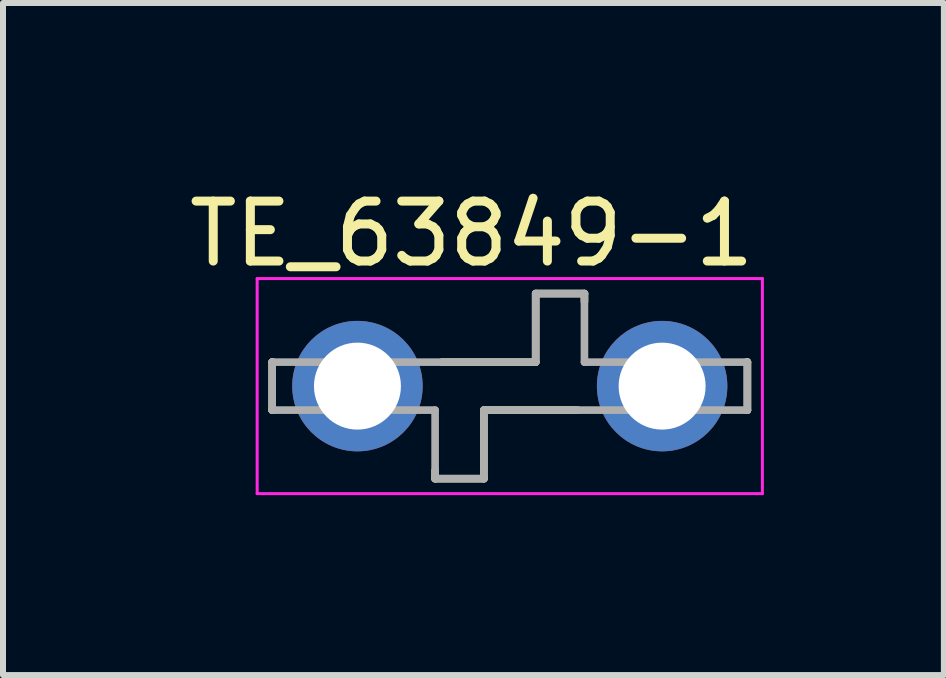
<source format=kicad_pcb>
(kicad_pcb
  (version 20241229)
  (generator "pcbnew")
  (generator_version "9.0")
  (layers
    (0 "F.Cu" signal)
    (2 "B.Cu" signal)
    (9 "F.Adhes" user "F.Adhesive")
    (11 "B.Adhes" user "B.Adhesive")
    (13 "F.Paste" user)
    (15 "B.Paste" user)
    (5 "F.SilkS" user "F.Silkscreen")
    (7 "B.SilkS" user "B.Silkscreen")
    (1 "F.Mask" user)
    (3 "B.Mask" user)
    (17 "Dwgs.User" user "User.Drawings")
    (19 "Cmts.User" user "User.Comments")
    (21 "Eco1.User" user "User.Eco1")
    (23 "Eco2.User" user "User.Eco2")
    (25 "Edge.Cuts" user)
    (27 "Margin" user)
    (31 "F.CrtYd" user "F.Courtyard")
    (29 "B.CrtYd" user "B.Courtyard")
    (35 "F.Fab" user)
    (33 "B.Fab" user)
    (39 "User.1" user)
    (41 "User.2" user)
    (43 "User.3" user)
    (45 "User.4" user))
  (footprint "TE_63849-1"
    (layer "F.Cu")
    (at 5.45 3.388)
    (property "Reference" "TE_63849-1" (at -0.635 -2.54 0) (layer "F.SilkS") (effects (font (size 1 1) (thickness 0.15))))
    (attr through_hole)
    (fp_line (start -3.962 -0.4) (end -3.962 0.4) (stroke (width 0.127) (type solid)) (layer "F.SilkS"))
    (fp_line (start -3.962 0.4) (end -3.947 0.4) (stroke (width 0.127) (type solid)) (layer "F.SilkS"))
    (fp_line (start -3.947 -0.4) (end -3.962 -0.4) (stroke (width 0.127) (type solid)) (layer "F.SilkS"))
    (fp_line (start -1.245 1.543) (end -1.245 1.407) (stroke (width 0.127) (type solid)) (layer "F.SilkS"))
    (fp_line (start -1.245 1.543) (end -0.432 1.543) (stroke (width 0.127) (type solid)) (layer "F.SilkS"))
    (fp_line (start -0.432 0.4) (end 1.133 0.4) (stroke (width 0.127) (type solid)) (layer "F.SilkS"))
    (fp_line (start -0.432 1.543) (end -0.432 0.4) (stroke (width 0.127) (type solid)) (layer "F.SilkS"))
    (fp_line (start 0.432 -1.543) (end 0.432 -0.4) (stroke (width 0.127) (type solid)) (layer "F.SilkS"))
    (fp_line (start 0.432 -0.4) (end -1.133 -0.4) (stroke (width 0.127) (type solid)) (layer "F.SilkS"))
    (fp_line (start 1.245 -1.543) (end 0.432 -1.543) (stroke (width 0.127) (type solid)) (layer "F.SilkS"))
    (fp_line (start 1.245 -1.407) (end 1.245 -1.543) (stroke (width 0.127) (type solid)) (layer "F.SilkS"))
    (fp_line (start 3.947 0.4) (end 3.962 0.4) (stroke (width 0.127) (type solid)) (layer "F.SilkS"))
    (fp_line (start 3.962 -0.4) (end 3.947 -0.4) (stroke (width 0.127) (type solid)) (layer "F.SilkS"))
    (fp_line (start 3.962 0.4) (end 3.962 -0.4) (stroke (width 0.127) (type solid)) (layer "F.SilkS"))
    (fp_line (start -4.212 -1.793) (end -4.212 1.793) (stroke (width 0.05) (type solid)) (layer "F.CrtYd"))
    (fp_line (start -4.212 1.793) (end 4.212 1.793) (stroke (width 0.05) (type solid)) (layer "F.CrtYd"))
    (fp_line (start 4.212 -1.793) (end -4.212 -1.793) (stroke (width 0.05) (type solid)) (layer "F.CrtYd"))
    (fp_line (start 4.212 1.793) (end 4.212 -1.793) (stroke (width 0.05) (type solid)) (layer "F.CrtYd"))
    (fp_line (start -3.962 -0.4) (end -3.962 0.4) (stroke (width 0.127) (type solid)) (layer "F.Fab"))
    (fp_line (start -3.962 0.4) (end -1.245 0.4) (stroke (width 0.127) (type solid)) (layer "F.Fab"))
    (fp_line (start -1.245 0.4) (end -1.245 1.543) (stroke (width 0.127) (type solid)) (layer "F.Fab"))
    (fp_line (start -1.245 1.543) (end -0.432 1.543) (stroke (width 0.127) (type solid)) (layer "F.Fab"))
    (fp_line (start -0.432 0.4) (end 3.962 0.4) (stroke (width 0.127) (type solid)) (layer "F.Fab"))
    (fp_line (start -0.432 1.543) (end -0.432 0.4) (stroke (width 0.127) (type solid)) (layer "F.Fab"))
    (fp_line (start 0.432 -1.543) (end 0.432 -0.4) (stroke (width 0.127) (type solid)) (layer "F.Fab"))
    (fp_line (start 0.432 -0.4) (end -3.962 -0.4) (stroke (width 0.127) (type solid)) (layer "F.Fab"))
    (fp_line (start 1.245 -1.543) (end 0.432 -1.543) (stroke (width 0.127) (type solid)) (layer "F.Fab"))
    (fp_line (start 1.245 -0.4) (end 1.245 -1.543) (stroke (width 0.127) (type solid)) (layer "F.Fab"))
    (fp_line (start 3.962 -0.4) (end 1.245 -0.4) (stroke (width 0.127) (type solid)) (layer "F.Fab"))
    (fp_line (start 3.962 0.4) (end 3.962 -0.4) (stroke (width 0.127) (type solid)) (layer "F.Fab"))
    (pad "1_1" thru_hole circle (at -2.54 0) (size 2.175 2.175) (drill 1.45) (layers "*.Cu" "*.Mask"))
    (pad "1_2" thru_hole circle (at 2.54 0) (size 2.175 2.175) (drill 1.45) (layers "*.Cu" "*.Mask")))
  (gr_rect
    (start -3 -3)
    (end 12.688 8.206)
    (stroke (width 0.1) (type default))
    (fill no)
    (layer "Edge.Cuts")))
</source>
